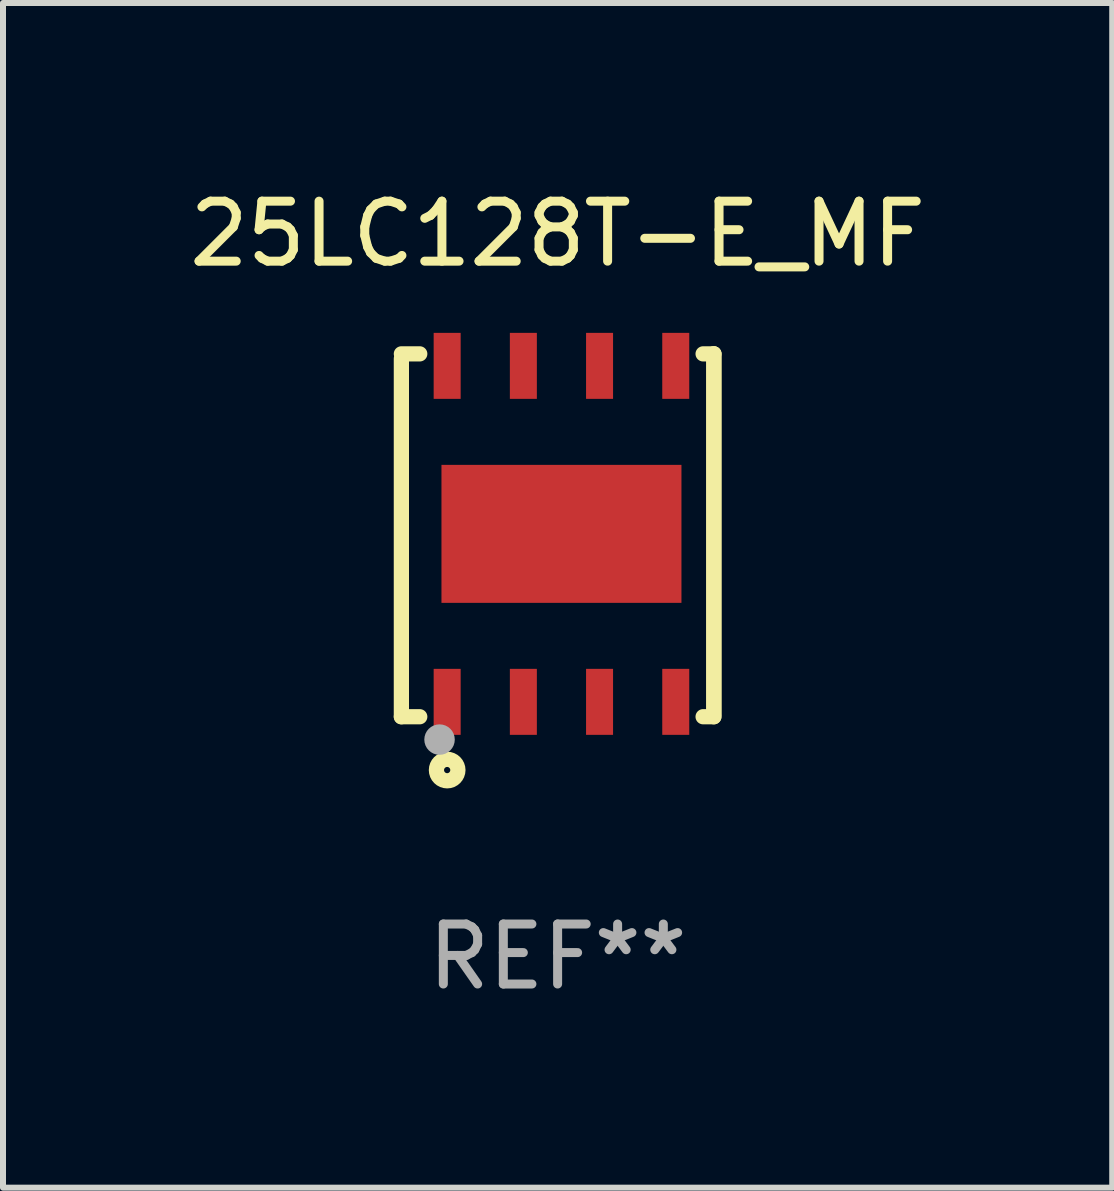
<source format=kicad_pcb>
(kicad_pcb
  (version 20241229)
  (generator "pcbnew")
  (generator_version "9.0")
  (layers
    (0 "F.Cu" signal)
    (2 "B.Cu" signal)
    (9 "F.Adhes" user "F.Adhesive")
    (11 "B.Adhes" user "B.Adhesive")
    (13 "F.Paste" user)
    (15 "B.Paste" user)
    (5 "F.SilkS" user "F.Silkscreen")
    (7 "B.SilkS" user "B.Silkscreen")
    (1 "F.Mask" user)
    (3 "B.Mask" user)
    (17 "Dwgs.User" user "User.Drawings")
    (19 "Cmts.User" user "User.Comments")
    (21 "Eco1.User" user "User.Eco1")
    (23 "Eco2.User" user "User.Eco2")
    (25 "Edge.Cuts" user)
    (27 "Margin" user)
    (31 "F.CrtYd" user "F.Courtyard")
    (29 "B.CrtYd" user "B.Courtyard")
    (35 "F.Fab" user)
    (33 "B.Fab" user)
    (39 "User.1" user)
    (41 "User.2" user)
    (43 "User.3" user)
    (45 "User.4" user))
  (footprint "25LC128T-E_MF"
    (layer "F.Cu")
    (at 6.244 5.872)
    (property "Reference" "25LC128T-E_MF" (at 0 -5.024 0) (layer "F.SilkS") (effects (font (size 1 1) (thickness 0.15))))
    (attr through_hole)
    (fp_line (start -2.604 -2.945) (end -2.604 3.024) (stroke (width 0.254) (type solid)) (layer "F.SilkS"))
    (fp_line (start -2.604 3.024) (end -2.298 3.024) (stroke (width 0.254) (type solid)) (layer "F.SilkS"))
    (fp_line (start -2.298 -3.024) (end -2.604 -3.024) (stroke (width 0.254) (type solid)) (layer "F.SilkS"))
    (fp_line (start 2.425 3.024) (end 2.604 3.024) (stroke (width 0.254) (type solid)) (layer "F.SilkS"))
    (fp_line (start 2.604 -3.024) (end 2.425 -3.024) (stroke (width 0.254) (type solid)) (layer "F.SilkS"))
    (fp_line (start 2.604 -3.024) (end 2.604 2.976) (stroke (width 0.254) (type solid)) (layer "F.SilkS"))
    (fp_line (start 2.604 3.024) (end 2.604 -3.024) (stroke (width 0.254) (type solid)) (layer "F.SilkS"))
    (fp_circle (center -2.436 2.976) (end -2.406 2.976) (stroke (width 0.06) (type solid)) (fill no) (layer "F.SilkS"))
    (fp_circle (center -1.841 3.913) (end -1.662 3.913) (stroke (width 0.254) (type solid)) (fill no) (layer "F.SilkS"))
    (fp_circle (center -1.968 3.405) (end -1.841 3.405) (stroke (width 0.254) (type solid)) (fill no) (layer "F.Fab"))
    (fp_text user "REF**" (at 0 7.024 0) (layer "F.Fab") (effects (font (size 1 1) (thickness 0.15))))
    (pad "1" smd rect (at -1.841 2.776) (size 0.45 1.1) (layers "F.Cu" "F.Mask" "F.Paste"))
    (pad "2" smd rect (at -0.571 2.776) (size 0.45 1.1) (layers "F.Cu" "F.Mask" "F.Paste"))
    (pad "3" smd rect (at 0.699 2.776) (size 0.45 1.1) (layers "F.Cu" "F.Mask" "F.Paste"))
    (pad "4" smd rect (at 1.969 2.776) (size 0.45 1.1) (layers "F.Cu" "F.Mask" "F.Paste"))
    (pad "5" smd rect (at 1.969 -2.824) (size 0.45 1.1) (layers "F.Cu" "F.Mask" "F.Paste"))
    (pad "6" smd rect (at 0.699 -2.824) (size 0.45 1.1) (layers "F.Cu" "F.Mask" "F.Paste"))
    (pad "7" smd rect (at -0.571 -2.824) (size 0.45 1.1) (layers "F.Cu" "F.Mask" "F.Paste"))
    (pad "8" smd rect (at -1.841 -2.824) (size 0.45 1.1) (layers "F.Cu" "F.Mask" "F.Paste"))
    (pad "9" smd rect (at 0.064 -0.024) (size 4 2.3) (layers "F.Cu" "F.Mask" "F.Paste")))
  (gr_rect
    (start -3 -3)
    (end 15.488 16.745)
    (stroke (width 0.1) (type default))
    (fill no)
    (layer "Edge.Cuts")))
</source>
